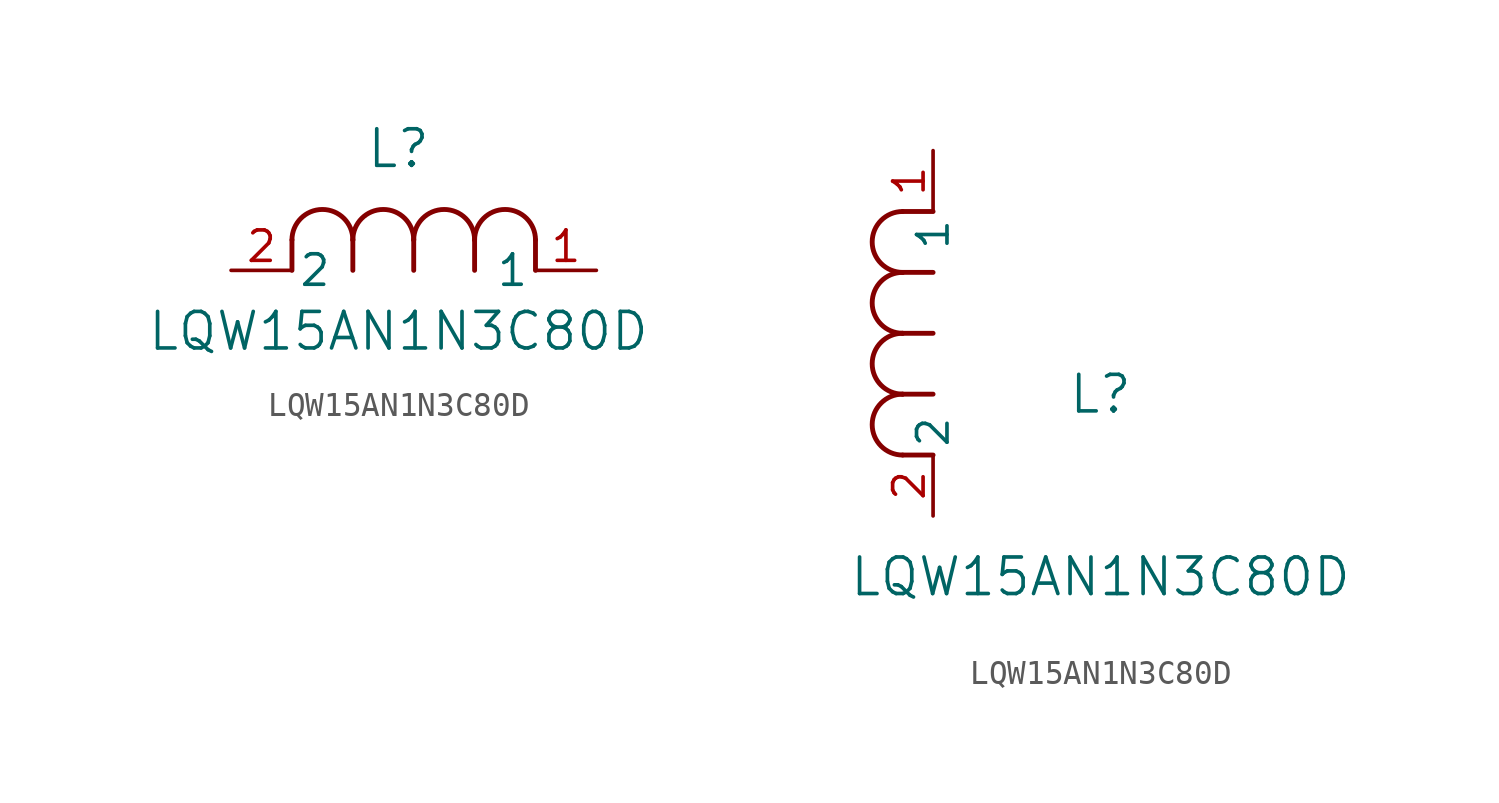
<source format=kicad_sym>
(kicad_symbol_lib
  (version 20241209)
  (generator "kicad_symbol_editor")
  (generator_version "9.0")
  (symbol "LQW15AN1N3C80D"
    (pin_names
      (offset 0.254))
    (property "Reference" "L"
      (at 6.985 5.08 0)
      (effects (font (size 1.524 1.524))))
    (property "Value" "LQW15AN1N3C80D"
      (at 6.985 -2.54 0)
      (effects (font (size 1.524 1.524))))
    (property "ki_locked" ""
      (at 0 0 0)
      (effects (font (size 1.27 1.27))))
    (symbol "LQW15AN1N3C80D_1_1"
      (polyline (pts (xy 2.54 0) (xy 2.54 1.27)) (stroke (width 0.203) (type default)) (fill (type none)))
      (arc (start 2.54 1.27) (mid 3.81 2.5344) (end 5.08 1.27) (stroke (width 0.2032) (type default)) (fill (type none)))
      (polyline (pts (xy 5.08 0) (xy 5.08 1.27)) (stroke (width 0.203) (type default)) (fill (type none)))
      (arc (start 5.08 1.27) (mid 6.35 2.5344) (end 7.62 1.27) (stroke (width 0.2032) (type default)) (fill (type none)))
      (polyline (pts (xy 7.62 0) (xy 7.62 1.27)) (stroke (width 0.203) (type default)) (fill (type none)))
      (arc (start 7.62 1.27) (mid 8.89 2.5344) (end 10.16 1.27) (stroke (width 0.2032) (type default)) (fill (type none)))
      (polyline (pts (xy 10.16 0) (xy 10.16 1.27)) (stroke (width 0.203) (type default)) (fill (type none)))
      (arc (start 10.16 1.27) (mid 11.43 2.5344) (end 12.7 1.27) (stroke (width 0.2032) (type default)) (fill (type none)))
      (polyline (pts (xy 12.7 0) (xy 12.7 1.27)) (stroke (width 0.203) (type default)) (fill (type none)))
      (pin passive line (at 0 0 0) (length 2.54) (name "2" (effects (font (size 1.27 1.27)))) (number "2" (effects (font (size 1.27 1.27)))))
      (pin passive line (at 15.24 0 180) (length 2.54) (name "1" (effects (font (size 1.27 1.27)))) (number "1" (effects (font (size 1.27 1.27))))))
    (symbol "LQW15AN1N3C80D_1_2"
      (arc (start -1.27 10.16) (mid -2.5344 11.43) (end -1.27 12.7) (stroke (width 0.2032) (type default)) (fill (type none)))
      (arc (start -1.27 7.62) (mid -2.5344 8.89) (end -1.27 10.16) (stroke (width 0.2032) (type default)) (fill (type none)))
      (arc (start -1.27 5.08) (mid -2.5344 6.35) (end -1.27 7.62) (stroke (width 0.2032) (type default)) (fill (type none)))
      (arc (start -1.27 2.54) (mid -2.5344 3.81) (end -1.27 5.08) (stroke (width 0.2032) (type default)) (fill (type none)))
      (polyline (pts (xy 0 12.7) (xy -1.27 12.7)) (stroke (width 0.203) (type default)) (fill (type none)))
      (polyline (pts (xy 0 10.16) (xy -1.27 10.16)) (stroke (width 0.203) (type default)) (fill (type none)))
      (polyline (pts (xy 0 7.62) (xy -1.27 7.62)) (stroke (width 0.203) (type default)) (fill (type none)))
      (polyline (pts (xy 0 5.08) (xy -1.27 5.08)) (stroke (width 0.203) (type default)) (fill (type none)))
      (polyline (pts (xy 0 2.54) (xy -1.27 2.54)) (stroke (width 0.203) (type default)) (fill (type none)))
      (pin unspecified line (at 0 15.24 270) (length 2.54) (name "1" (effects (font (size 1.27 1.27)))) (number "1" (effects (font (size 1.27 1.27)))))
      (pin unspecified line (at 0 0 90) (length 2.54) (name "2" (effects (font (size 1.27 1.27)))) (number "2" (effects (font (size 1.27 1.27))))))))
</source>
